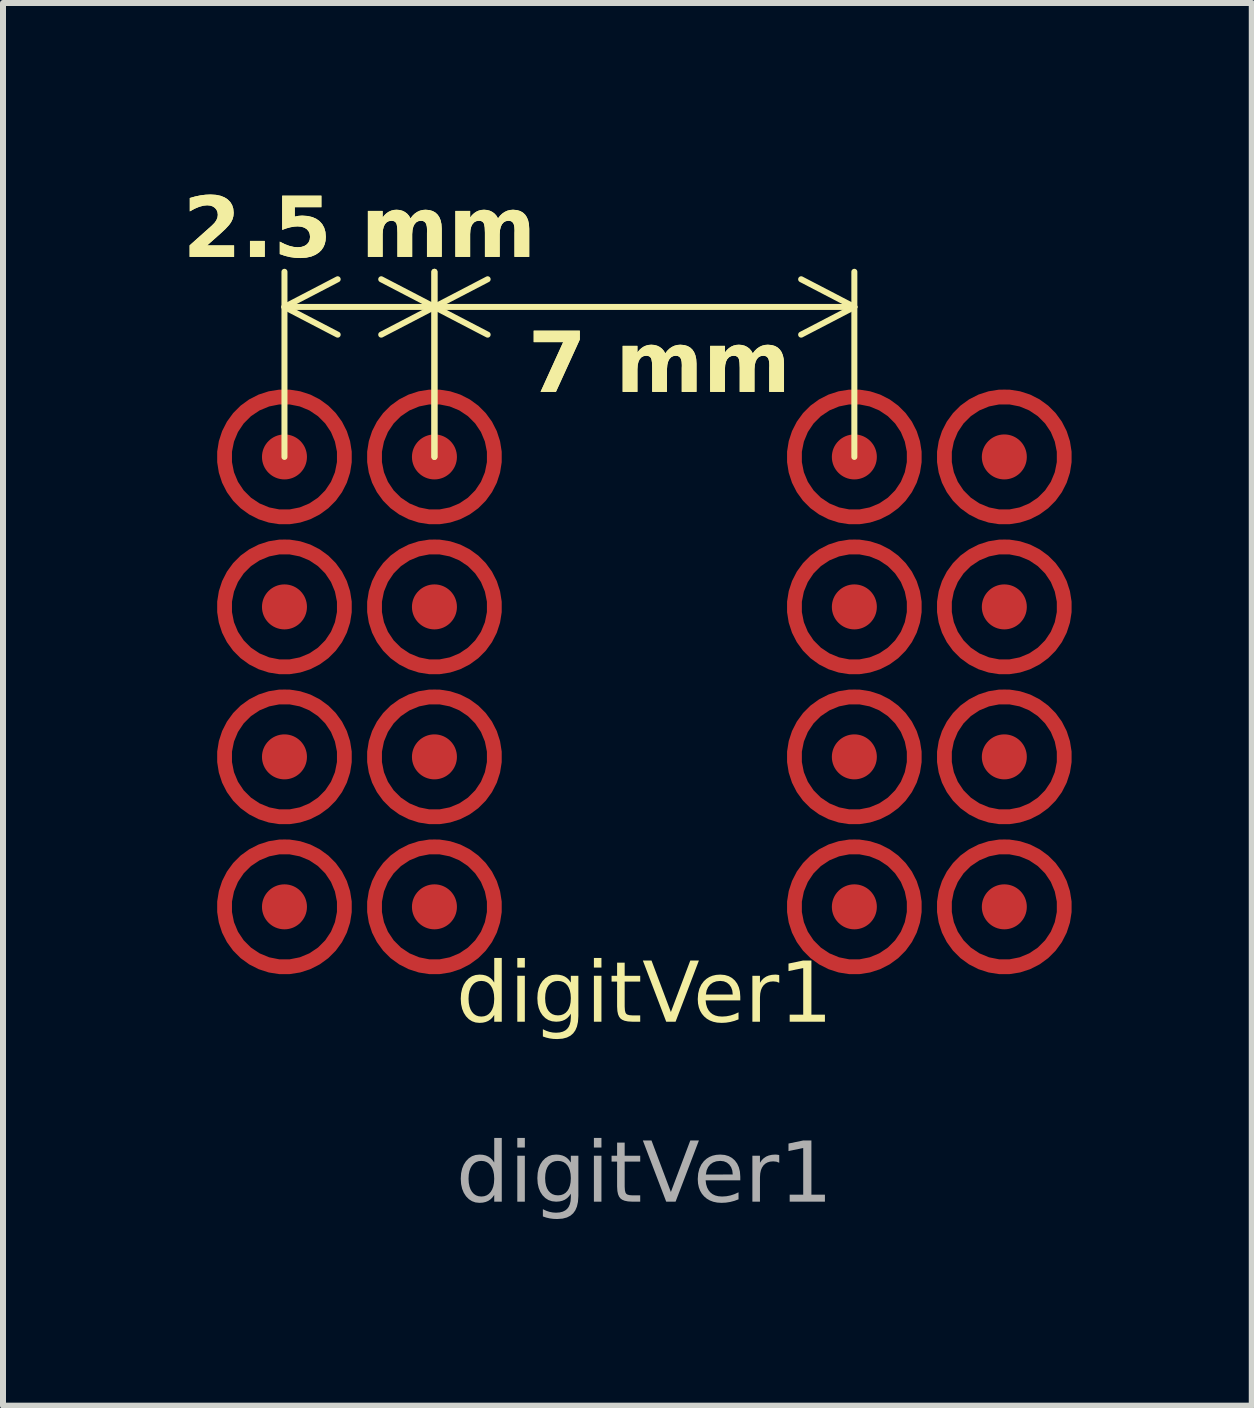
<source format=kicad_pcb>
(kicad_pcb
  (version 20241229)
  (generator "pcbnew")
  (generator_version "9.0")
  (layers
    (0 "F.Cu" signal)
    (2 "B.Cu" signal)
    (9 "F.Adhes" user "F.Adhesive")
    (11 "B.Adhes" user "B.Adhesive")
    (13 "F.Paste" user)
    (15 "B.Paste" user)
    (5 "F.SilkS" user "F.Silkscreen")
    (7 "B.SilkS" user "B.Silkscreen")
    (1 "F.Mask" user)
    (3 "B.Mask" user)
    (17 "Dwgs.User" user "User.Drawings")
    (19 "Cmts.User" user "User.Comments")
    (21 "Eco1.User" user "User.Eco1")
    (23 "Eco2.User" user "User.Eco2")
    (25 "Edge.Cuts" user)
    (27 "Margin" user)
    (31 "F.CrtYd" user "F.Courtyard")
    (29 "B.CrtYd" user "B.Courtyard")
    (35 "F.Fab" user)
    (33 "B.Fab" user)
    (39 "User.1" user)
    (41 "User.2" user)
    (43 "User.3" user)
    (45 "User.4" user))
  (footprint "digitVer1"
    (layer "F.Cu")
    (at 2.692 12.567)
    (property "Reference" "digitVer1" (at 5 1 0) (unlocked yes) (layer "F.SilkS") (effects (font (face "Comic Sans MS") (size 1 1) (thickness 0.1))))
    (attr smd)
    (fp_text user "${REFERENCE}" (at 5 4 0) (unlocked yes) (layer "F.Fab") (effects (font (face "Comic Sans MS") (size 1 1) (thickness 0.15))))
    (dimension (type aligned) (layer "F.SilkS") (pts (xy 1.692 5.067) (xy 4.192 5.067)) (height -3) (format (prefix "") (suffix "") (units 3) (units_format 1) (precision 3) (suppress_zeroes yes)) (style (thickness 0.1) (arrow_length 1) (text_position_mode 0) (arrow_direction outward) (extension_height 0.586) (extension_offset 0.5) (keep_text_aligned yes)) (gr_text "2.5 mm" (at 2.942 0.817 0) (layer "F.SilkS") (effects (font (face "Comic Sans MS") (size 1 1) (thickness 0.3) (bold yes)))))
    (dimension (type aligned) (layer "F.SilkS") (pts (xy 4.192 5.067) (xy 11.192 5.067)) (height -3) (format (prefix "") (suffix "") (units 3) (units_format 1) (precision 3) (suppress_zeroes yes)) (style (thickness 0.1) (arrow_length 1) (text_position_mode 2) (arrow_direction outward) (extension_height 0.586) (extension_offset 0.5) (keep_text_aligned yes)) (gr_text "7 mm" (at 7.942 3.067 0) (layer "F.SilkS") (effects (font (face "Comic Sans MS") (size 1 1) (thickness 0.3) (bold yes)))))
    (pad "0" smd custom (at -1 -9) (size 0.25 0.25) (layers "F.Cu" "F.Mask" "F.Paste") (options (anchor circle)) (primitives (gr_circle (center 0 1) (end 1 1) (width 0.25) (fill no))))
    (pad "0" smd custom (at 8.5 -9) (size 0.25 0.25) (layers "F.Cu" "F.Mask" "F.Paste") (options (anchor circle)) (primitives (gr_circle (center 0 1) (end 1 1) (width 0.25) (fill no))))
    (pad "1" smd circle (at -1 -8) (size 0.75 0.75) (layers "F.Cu" "F.Mask" "F.Paste"))
    (pad "1" smd circle (at 8.5 -8) (size 0.75 0.75) (layers "F.Cu" "F.Mask" "F.Paste"))
    (pad "2" smd custom (at 1.5 -9) (size 0.25 0.25) (layers "F.Cu" "F.Mask" "F.Paste") (options (anchor circle)) (primitives (gr_circle (center 0 1) (end 1 1) (width 0.25) (fill no))))
    (pad "2" smd custom (at 11 -9) (size 0.25 0.25) (layers "F.Cu" "F.Mask" "F.Paste") (options (anchor circle)) (primitives (gr_circle (center 0 1) (end 1 1) (width 0.25) (fill no))))
    (pad "3" smd circle (at 1.5 -8) (size 0.75 0.75) (layers "F.Cu" "F.Mask" "F.Paste"))
    (pad "3" smd circle (at 11 -8) (size 0.75 0.75) (layers "F.Cu" "F.Mask" "F.Paste"))
    (pad "4" smd custom (at -1 -6.5) (size 0.25 0.25) (layers "F.Cu" "F.Mask" "F.Paste") (options (anchor circle)) (primitives (gr_circle (center 0 1) (end 1 1) (width 0.25) (fill no))))
    (pad "4" smd custom (at 8.5 -6.5) (size 0.25 0.25) (layers "F.Cu" "F.Mask" "F.Paste") (options (anchor circle)) (primitives (gr_circle (center 0 1) (end 1 1) (width 0.25) (fill no))))
    (pad "5" smd circle (at -1 -5.5) (size 0.75 0.75) (layers "F.Cu" "F.Mask" "F.Paste"))
    (pad "5" smd circle (at 8.5 -5.5) (size 0.75 0.75) (layers "F.Cu" "F.Mask" "F.Paste"))
    (pad "6" smd custom (at 1.5 -6.5) (size 0.25 0.25) (layers "F.Cu" "F.Mask" "F.Paste") (options (anchor circle)) (primitives (gr_circle (center 0 1) (end 1 1) (width 0.25) (fill no))))
    (pad "6" smd custom (at 11 -6.5) (size 0.25 0.25) (layers "F.Cu" "F.Mask" "F.Paste") (options (anchor circle)) (primitives (gr_circle (center 0 1) (end 1 1) (width 0.25) (fill no))))
    (pad "7" smd circle (at 1.5 -5.5) (size 0.75 0.75) (layers "F.Cu" "F.Mask" "F.Paste"))
    (pad "7" smd circle (at 11 -5.5) (size 0.75 0.75) (layers "F.Cu" "F.Mask" "F.Paste"))
    (pad "8" smd custom (at -1 -4) (size 0.25 0.25) (layers "F.Cu" "F.Mask" "F.Paste") (options (anchor circle)) (primitives (gr_circle (center 0 1) (end 1 1) (width 0.25) (fill no))))
    (pad "8" smd custom (at 8.5 -4) (size 0.25 0.25) (layers "F.Cu" "F.Mask" "F.Paste") (options (anchor circle)) (primitives (gr_circle (center 0 1) (end 1 1) (width 0.25) (fill no))))
    (pad "9" smd circle (at -1 -3) (size 0.75 0.75) (layers "F.Cu" "F.Mask" "F.Paste"))
    (pad "9" smd circle (at 8.5 -3) (size 0.75 0.75) (layers "F.Cu" "F.Mask" "F.Paste"))
    (pad "10" smd custom (at 1.5 -4) (size 0.25 0.25) (layers "F.Cu" "F.Mask" "F.Paste") (options (anchor circle)) (primitives (gr_circle (center 0 1) (end 1 1) (width 0.25) (fill no))))
    (pad "10" smd custom (at 11 -4) (size 0.25 0.25) (layers "F.Cu" "F.Mask" "F.Paste") (options (anchor circle)) (primitives (gr_circle (center 0 1) (end 1 1) (width 0.25) (fill no))))
    (pad "11" smd circle (at 1.5 -3) (size 0.75 0.75) (layers "F.Cu" "F.Mask" "F.Paste"))
    (pad "11" smd circle (at 11 -3) (size 0.75 0.75) (layers "F.Cu" "F.Mask" "F.Paste"))
    (pad "12" smd custom (at -1 -1.5) (size 0.25 0.25) (layers "F.Cu" "F.Mask" "F.Paste") (options (anchor circle)) (primitives (gr_circle (center 0 1) (end 1 1) (width 0.25) (fill no))))
    (pad "12" smd custom (at 8.5 -1.5) (size 0.25 0.25) (layers "F.Cu" "F.Mask" "F.Paste") (options (anchor circle)) (primitives (gr_circle (center 0 1) (end 1 1) (width 0.25) (fill no))))
    (pad "13" smd circle (at -1 -0.5) (size 0.75 0.75) (layers "F.Cu" "F.Mask" "F.Paste"))
    (pad "13" smd circle (at 8.5 -0.5) (size 0.75 0.75) (layers "F.Cu" "F.Mask" "F.Paste"))
    (pad "14" smd custom (at 1.5 -1.5) (size 0.25 0.25) (layers "F.Cu" "F.Mask" "F.Paste") (options (anchor circle)) (primitives (gr_circle (center 0 1) (end 1 1) (width 0.25) (fill no))))
    (pad "14" smd custom (at 11 -1.5) (size 0.25 0.25) (layers "F.Cu" "F.Mask" "F.Paste") (options (anchor circle)) (primitives (gr_circle (center 0 1) (end 1 1) (width 0.25) (fill no))))
    (pad "15" smd circle (at 1.5 -0.5) (size 0.75 0.75) (layers "F.Cu" "F.Mask" "F.Paste"))
    (pad "15" smd circle (at 11 -0.5) (size 0.75 0.75) (layers "F.Cu" "F.Mask" "F.Paste")))
  (gr_rect
    (start -3 -3)
    (end 17.817 20.383)
    (stroke (width 0.1) (type default))
    (fill no)
    (layer "Edge.Cuts")))
</source>
